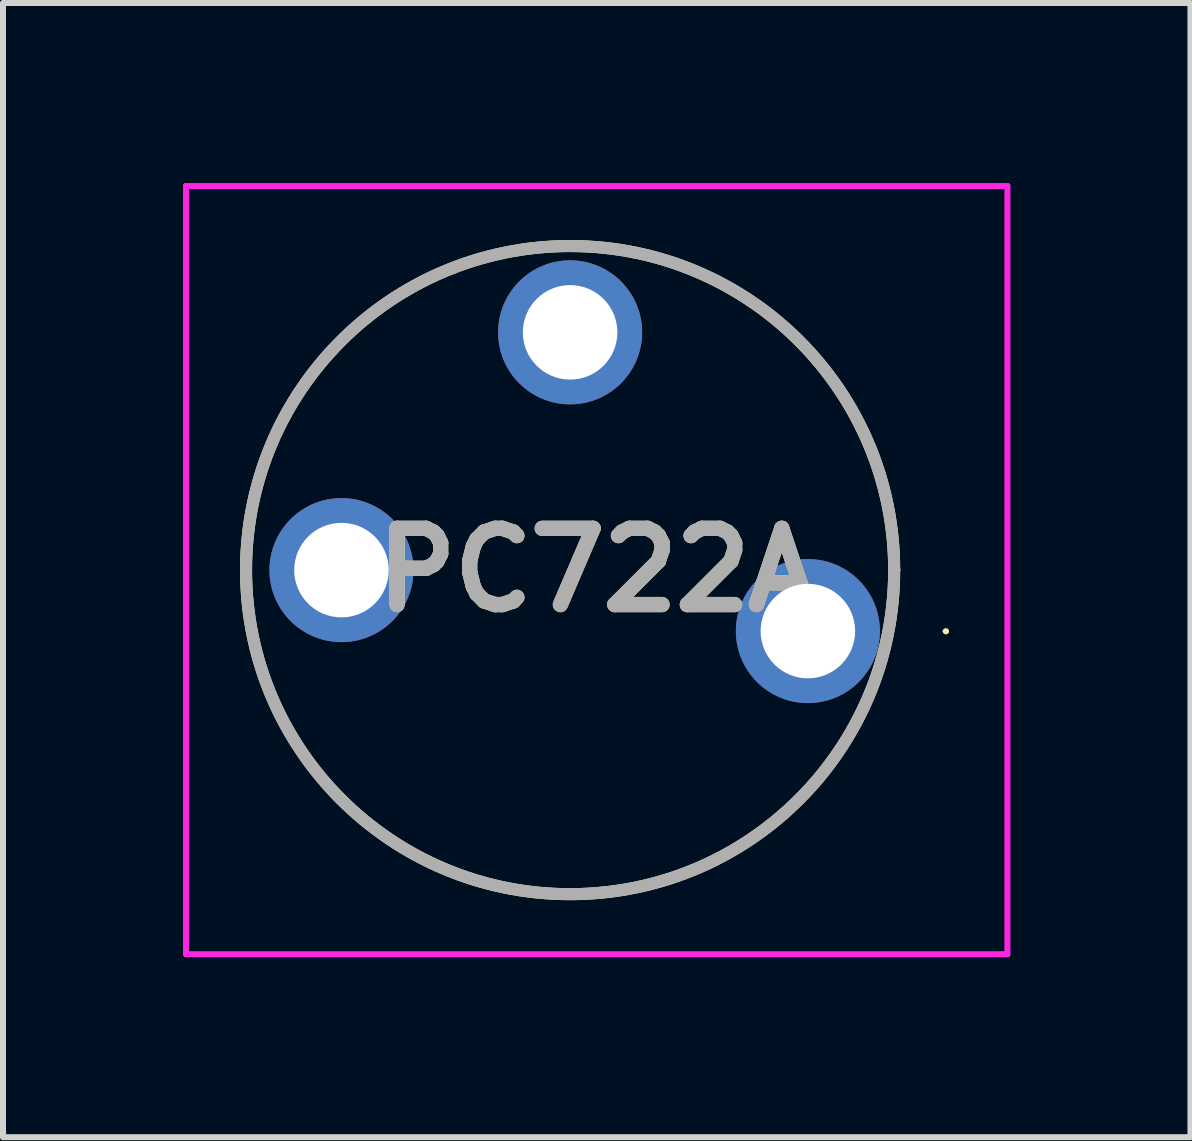
<source format=kicad_pcb>
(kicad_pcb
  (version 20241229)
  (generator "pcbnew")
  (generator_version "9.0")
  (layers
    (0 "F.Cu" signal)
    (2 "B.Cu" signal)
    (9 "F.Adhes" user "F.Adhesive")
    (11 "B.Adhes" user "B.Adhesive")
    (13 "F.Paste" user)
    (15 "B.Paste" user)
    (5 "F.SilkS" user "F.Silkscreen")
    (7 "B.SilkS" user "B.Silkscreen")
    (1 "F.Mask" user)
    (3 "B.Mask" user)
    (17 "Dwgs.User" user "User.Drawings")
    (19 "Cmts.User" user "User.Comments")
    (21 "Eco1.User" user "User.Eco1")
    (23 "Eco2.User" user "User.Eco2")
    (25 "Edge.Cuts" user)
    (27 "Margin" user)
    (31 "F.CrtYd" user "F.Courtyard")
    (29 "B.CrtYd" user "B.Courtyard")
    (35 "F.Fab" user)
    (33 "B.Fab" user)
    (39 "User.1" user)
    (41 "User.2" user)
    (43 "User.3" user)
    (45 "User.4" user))
  (footprint "PC722A"
    (layer "F.Cu")
    (at 6.45 6.45)
    (property "Reference" "PC722A" (at 0.443 0 0) (layer "F.SilkS") (effects (font (size 1.27 1.27) (thickness 0.254))))
    (attr through_hole)
    (fp_line (start -5.4 0) (end -5.4 0) (stroke (width 0.2) (type solid)) (layer "F.SilkS"))
    (fp_line (start 5.4 0) (end 5.4 0) (stroke (width 0.2) (type solid)) (layer "F.SilkS"))
    (fp_line (start 6.235 1.019) (end 6.235 1.019) (stroke (width 0.052) (type solid)) (layer "F.SilkS"))
    (fp_line (start 6.287 1.019) (end 6.287 1.019) (stroke (width 0.052) (type solid)) (layer "F.SilkS"))
    (fp_arc (start -5.4 0) (mid 0 -5.4) (end 5.4 0) (stroke (width 0.2) (type solid)) (layer "F.SilkS"))
    (fp_arc (start 5.4 0) (mid 0 5.4) (end -5.4 0) (stroke (width 0.2) (type solid)) (layer "F.SilkS"))
    (fp_arc (start 6.235 1.019) (mid 6.261 0.993) (end 6.287 1.019) (stroke (width 0.052) (type solid)) (layer "F.SilkS"))
    (fp_arc (start 6.287 1.019) (mid 6.261 1.045) (end 6.235 1.019) (stroke (width 0.052) (type solid)) (layer "F.SilkS"))
    (fp_line (start -6.4 -6.4) (end 7.287 -6.4) (stroke (width 0.1) (type solid)) (layer "F.CrtYd"))
    (fp_line (start -6.4 6.4) (end -6.4 -6.4) (stroke (width 0.1) (type solid)) (layer "F.CrtYd"))
    (fp_line (start 7.287 -6.4) (end 7.287 6.4) (stroke (width 0.1) (type solid)) (layer "F.CrtYd"))
    (fp_line (start 7.287 6.4) (end -6.4 6.4) (stroke (width 0.1) (type solid)) (layer "F.CrtYd"))
    (fp_line (start -5.4 0) (end -5.4 0) (stroke (width 0.2) (type solid)) (layer "F.Fab"))
    (fp_line (start 5.4 0) (end 5.4 0) (stroke (width 0.2) (type solid)) (layer "F.Fab"))
    (fp_arc (start -5.4 0) (mid 0 -5.4) (end 5.4 0) (stroke (width 0.2) (type solid)) (layer "F.Fab"))
    (fp_arc (start 5.4 0) (mid 0 5.4) (end -5.4 0) (stroke (width 0.2) (type solid)) (layer "F.Fab"))
    (fp_text user "${REFERENCE}" (at 0.443 0 0) (layer "F.Fab") (effects (font (size 1.27 1.27) (thickness 0.254))))
    (pad "1" thru_hole circle (at 3.962 1.016) (size 2.4 2.4) (drill 1.575) (layers "*.Cu" "*.Mask"))
    (pad "2" thru_hole circle (at -3.81 0) (size 2.4 2.4) (drill 1.575) (layers "*.Cu" "*.Mask"))
    (pad "3" thru_hole circle (at 0 -3.962) (size 2.4 2.4) (drill 1.575) (layers "*.Cu" "*.Mask")))
  (gr_rect
    (start -3 -3)
    (end 16.787 15.9)
    (stroke (width 0.1) (type default))
    (fill no)
    (layer "Edge.Cuts")))
</source>
